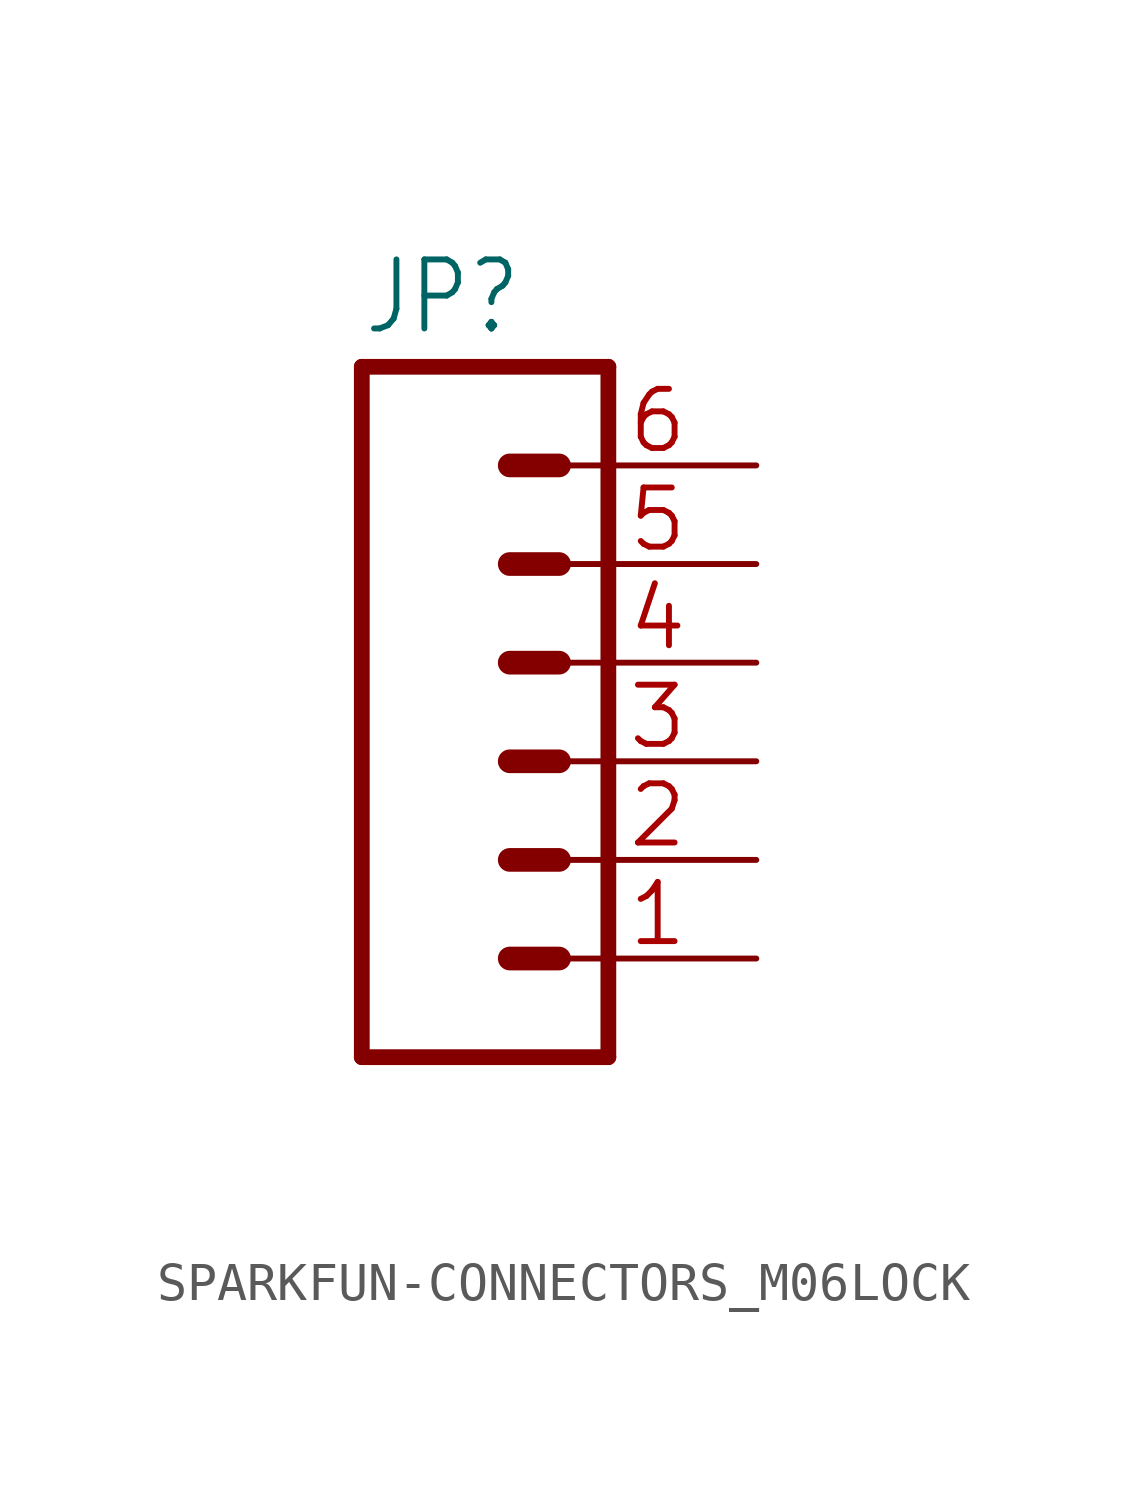
<source format=kicad_sym>
(kicad_symbol_lib
  (version 20241209)
  (generator "kicad_symbol_editor")
  (generator_version "9.0")
  (symbol "SPARKFUN-CONNECTORS_M06LOCK"
    (property "Reference" "JP"
      (at -5.08 10.922 0)
      (effects (font (size 1.778 1.511)) (justify left bottom)))
    (property "Value" ""
      (at -5.08 -10.16 0)
      (effects (font (size 1.778 1.511)) (justify left bottom)))
    (property "ki_locked" ""
      (at 0 0 0)
      (effects (font (size 1.27 1.27))))
    (symbol "SPARKFUN-CONNECTORS_M06LOCK_1_0"
      (polyline (pts (xy -5.08 10.16) (xy -5.08 -7.62)) (stroke (width 0.406) (type solid)) (fill (type none)))
      (polyline (pts (xy -5.08 10.16) (xy 1.27 10.16)) (stroke (width 0.406) (type solid)) (fill (type none)))
      (polyline (pts (xy -1.27 7.62) (xy 0 7.62)) (stroke (width 0.61) (type solid)) (fill (type none)))
      (polyline (pts (xy -1.27 5.08) (xy 0 5.08)) (stroke (width 0.61) (type solid)) (fill (type none)))
      (polyline (pts (xy -1.27 2.54) (xy 0 2.54)) (stroke (width 0.61) (type solid)) (fill (type none)))
      (polyline (pts (xy -1.27 0) (xy 0 0)) (stroke (width 0.61) (type solid)) (fill (type none)))
      (polyline (pts (xy -1.27 -2.54) (xy 0 -2.54)) (stroke (width 0.61) (type solid)) (fill (type none)))
      (polyline (pts (xy -1.27 -5.08) (xy 0 -5.08)) (stroke (width 0.61) (type solid)) (fill (type none)))
      (polyline (pts (xy 1.27 -7.62) (xy -5.08 -7.62)) (stroke (width 0.406) (type solid)) (fill (type none)))
      (polyline (pts (xy 1.27 -7.62) (xy 1.27 10.16)) (stroke (width 0.406) (type solid)) (fill (type none)))
      (pin passive line (at 5.08 7.62 180) (length 5.08) (name "6" (effects (font (size 0 0)))) (number "6" (effects (font (size 1.524 1.524)))))
      (pin passive line (at 5.08 5.08 180) (length 5.08) (name "5" (effects (font (size 0 0)))) (number "5" (effects (font (size 1.524 1.524)))))
      (pin passive line (at 5.08 2.54 180) (length 5.08) (name "4" (effects (font (size 0 0)))) (number "4" (effects (font (size 1.524 1.524)))))
      (pin passive line (at 5.08 0 180) (length 5.08) (name "3" (effects (font (size 0 0)))) (number "3" (effects (font (size 1.524 1.524)))))
      (pin passive line (at 5.08 -2.54 180) (length 5.08) (name "2" (effects (font (size 0 0)))) (number "2" (effects (font (size 1.524 1.524)))))
      (pin passive line (at 5.08 -5.08 180) (length 5.08) (name "1" (effects (font (size 0 0)))) (number "1" (effects (font (size 1.524 1.524))))))))
</source>
